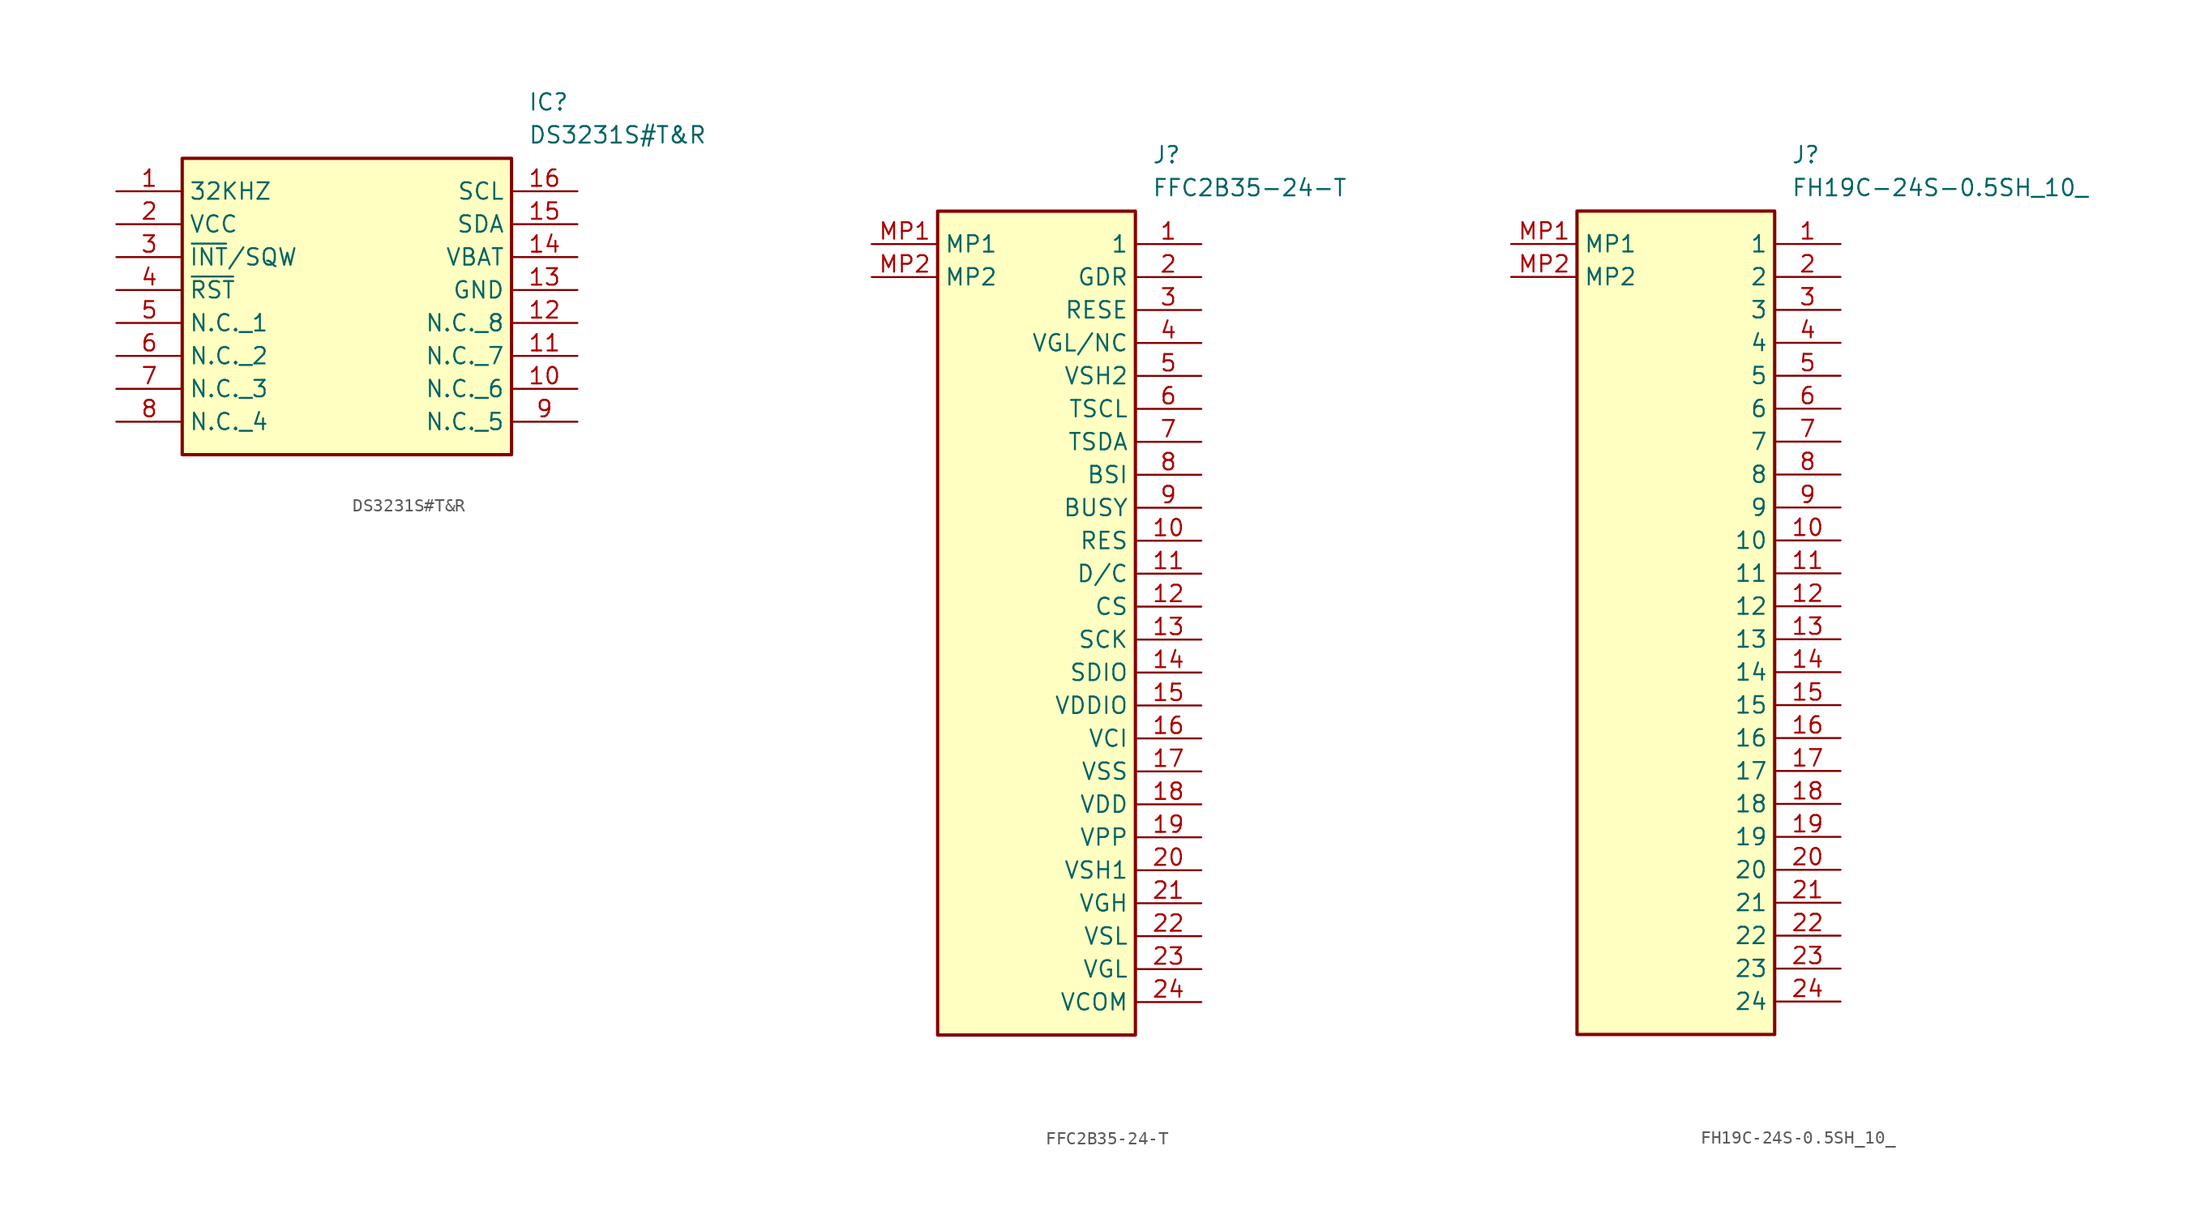
<source format=kicad_sym>
(kicad_symbol_lib
  (version 20231120)
  (generator "kicad_symbol_editor")
  (generator_version "8.0")
  (symbol "DS3231S#T&R"
    (property "Reference" "IC"
      (at 31.75 7.62 0)
      (effects (font (size 1.27 1.27)) (justify left top)))
    (property "Value" "DS3231S#T&R"
      (at 31.75 5.08 0)
      (effects (font (size 1.27 1.27)) (justify left top)))
    (symbol "DS3231S#T&R_1_1"
      (rectangle (start 5.08 2.54) (end 30.48 -20.32) (stroke (width 0.254) (type default)) (fill (type background)))
      (pin output line (at 0 0 0) (length 5.08) (name "32KHZ" (effects (font (size 1.27 1.27)))) (number "1" (effects (font (size 1.27 1.27)))))
      (pin passive line (at 35.56 -15.24 180) (length 5.08) (name "N.C._6" (effects (font (size 1.27 1.27)))) (number "10" (effects (font (size 1.27 1.27)))))
      (pin passive line (at 35.56 -12.7 180) (length 5.08) (name "N.C._7" (effects (font (size 1.27 1.27)))) (number "11" (effects (font (size 1.27 1.27)))))
      (pin passive line (at 35.56 -10.16 180) (length 5.08) (name "N.C._8" (effects (font (size 1.27 1.27)))) (number "12" (effects (font (size 1.27 1.27)))))
      (pin power_in line (at 35.56 -7.62 180) (length 5.08) (name "GND" (effects (font (size 1.27 1.27)))) (number "13" (effects (font (size 1.27 1.27)))))
      (pin power_in line (at 35.56 -5.08 180) (length 5.08) (name "VBAT" (effects (font (size 1.27 1.27)))) (number "14" (effects (font (size 1.27 1.27)))))
      (pin bidirectional line (at 35.56 -2.54 180) (length 5.08) (name "SDA" (effects (font (size 1.27 1.27)))) (number "15" (effects (font (size 1.27 1.27)))))
      (pin bidirectional line (at 35.56 0 180) (length 5.08) (name "SCL" (effects (font (size 1.27 1.27)))) (number "16" (effects (font (size 1.27 1.27)))))
      (pin power_in line (at 0 -2.54 0) (length 5.08) (name "VCC" (effects (font (size 1.27 1.27)))) (number "2" (effects (font (size 1.27 1.27)))))
      (pin output line (at 0 -5.08 0) (length 5.08) (name "~{INT}/SQW" (effects (font (size 1.27 1.27)))) (number "3" (effects (font (size 1.27 1.27)))))
      (pin bidirectional line (at 0 -7.62 0) (length 5.08) (name "~{RST}" (effects (font (size 1.27 1.27)))) (number "4" (effects (font (size 1.27 1.27)))))
      (pin passive line (at 0 -10.16 0) (length 5.08) (name "N.C._1" (effects (font (size 1.27 1.27)))) (number "5" (effects (font (size 1.27 1.27)))))
      (pin passive line (at 0 -12.7 0) (length 5.08) (name "N.C._2" (effects (font (size 1.27 1.27)))) (number "6" (effects (font (size 1.27 1.27)))))
      (pin passive line (at 0 -15.24 0) (length 5.08) (name "N.C._3" (effects (font (size 1.27 1.27)))) (number "7" (effects (font (size 1.27 1.27)))))
      (pin passive line (at 0 -17.78 0) (length 5.08) (name "N.C._4" (effects (font (size 1.27 1.27)))) (number "8" (effects (font (size 1.27 1.27)))))
      (pin passive line (at 35.56 -17.78 180) (length 5.08) (name "N.C._5" (effects (font (size 1.27 1.27)))) (number "9" (effects (font (size 1.27 1.27)))))))
  (symbol "FFC2B35-24-T"
    (property "Reference" "J"
      (at 21.59 7.62 0)
      (effects (font (size 1.27 1.27)) (justify left top)))
    (property "Value" "FFC2B35-24-T"
      (at 21.59 5.08 0)
      (effects (font (size 1.27 1.27)) (justify left top)))
    (symbol "FFC2B35-24-T_1_1"
      (rectangle (start 5.08 2.54) (end 20.32 -60.96) (stroke (width 0.254) (type default)) (fill (type background)))
      (pin passive line (at 25.4 0 180) (length 5.08) (name "1" (effects (font (size 1.27 1.27)))) (number "1" (effects (font (size 1.27 1.27)))))
      (pin passive line (at 25.4 -22.86 180) (length 5.08) (name "RES" (effects (font (size 1.27 1.27)))) (number "10" (effects (font (size 1.27 1.27)))))
      (pin passive line (at 25.4 -25.4 180) (length 5.08) (name "D/C" (effects (font (size 1.27 1.27)))) (number "11" (effects (font (size 1.27 1.27)))))
      (pin passive line (at 25.4 -27.94 180) (length 5.08) (name "CS" (effects (font (size 1.27 1.27)))) (number "12" (effects (font (size 1.27 1.27)))))
      (pin passive line (at 25.4 -30.48 180) (length 5.08) (name "SCK" (effects (font (size 1.27 1.27)))) (number "13" (effects (font (size 1.27 1.27)))))
      (pin passive line (at 25.4 -33.02 180) (length 5.08) (name "SDIO" (effects (font (size 1.27 1.27)))) (number "14" (effects (font (size 1.27 1.27)))))
      (pin passive line (at 25.4 -35.56 180) (length 5.08) (name "VDDIO" (effects (font (size 1.27 1.27)))) (number "15" (effects (font (size 1.27 1.27)))))
      (pin passive line (at 25.4 -38.1 180) (length 5.08) (name "VCI" (effects (font (size 1.27 1.27)))) (number "16" (effects (font (size 1.27 1.27)))))
      (pin passive line (at 25.4 -40.64 180) (length 5.08) (name "VSS" (effects (font (size 1.27 1.27)))) (number "17" (effects (font (size 1.27 1.27)))))
      (pin passive line (at 25.4 -43.18 180) (length 5.08) (name "VDD" (effects (font (size 1.27 1.27)))) (number "18" (effects (font (size 1.27 1.27)))))
      (pin passive line (at 25.4 -45.72 180) (length 5.08) (name "VPP" (effects (font (size 1.27 1.27)))) (number "19" (effects (font (size 1.27 1.27)))))
      (pin passive line (at 25.4 -2.54 180) (length 5.08) (name "GDR" (effects (font (size 1.27 1.27)))) (number "2" (effects (font (size 1.27 1.27)))))
      (pin passive line (at 25.4 -48.26 180) (length 5.08) (name "VSH1" (effects (font (size 1.27 1.27)))) (number "20" (effects (font (size 1.27 1.27)))))
      (pin passive line (at 25.4 -50.8 180) (length 5.08) (name "VGH" (effects (font (size 1.27 1.27)))) (number "21" (effects (font (size 1.27 1.27)))))
      (pin passive line (at 25.4 -53.34 180) (length 5.08) (name "VSL" (effects (font (size 1.27 1.27)))) (number "22" (effects (font (size 1.27 1.27)))))
      (pin passive line (at 25.4 -55.88 180) (length 5.08) (name "VGL" (effects (font (size 1.27 1.27)))) (number "23" (effects (font (size 1.27 1.27)))))
      (pin passive line (at 25.4 -58.42 180) (length 5.08) (name "VCOM" (effects (font (size 1.27 1.27)))) (number "24" (effects (font (size 1.27 1.27)))))
      (pin passive line (at 25.4 -5.08 180) (length 5.08) (name "RESE" (effects (font (size 1.27 1.27)))) (number "3" (effects (font (size 1.27 1.27)))))
      (pin passive line (at 25.4 -7.62 180) (length 5.08) (name "VGL/NC" (effects (font (size 1.27 1.27)))) (number "4" (effects (font (size 1.27 1.27)))))
      (pin passive line (at 25.4 -10.16 180) (length 5.08) (name "VSH2" (effects (font (size 1.27 1.27)))) (number "5" (effects (font (size 1.27 1.27)))))
      (pin passive line (at 25.4 -12.7 180) (length 5.08) (name "TSCL" (effects (font (size 1.27 1.27)))) (number "6" (effects (font (size 1.27 1.27)))))
      (pin passive line (at 25.4 -15.24 180) (length 5.08) (name "TSDA" (effects (font (size 1.27 1.27)))) (number "7" (effects (font (size 1.27 1.27)))))
      (pin passive line (at 25.4 -17.78 180) (length 5.08) (name "BSI" (effects (font (size 1.27 1.27)))) (number "8" (effects (font (size 1.27 1.27)))))
      (pin passive line (at 25.4 -20.32 180) (length 5.08) (name "BUSY" (effects (font (size 1.27 1.27)))) (number "9" (effects (font (size 1.27 1.27)))))
      (pin passive line (at 0 0 0) (length 5.08) (name "MP1" (effects (font (size 1.27 1.27)))) (number "MP1" (effects (font (size 1.27 1.27)))))
      (pin passive line (at 0 -2.54 0) (length 5.08) (name "MP2" (effects (font (size 1.27 1.27)))) (number "MP2" (effects (font (size 1.27 1.27)))))))
  (symbol "FH19C-24S-0.5SH_10_"
    (property "Reference" "J"
      (at 21.59 7.62 0)
      (effects (font (size 1.27 1.27)) (justify left top)))
    (property "Value" "FH19C-24S-0.5SH_10_"
      (at 21.59 5.08 0)
      (effects (font (size 1.27 1.27)) (justify left top)))
    (symbol "FH19C-24S-0.5SH_10__1_1"
      (rectangle (start 5.08 2.54) (end 20.32 -60.96) (stroke (width 0.254) (type default)) (fill (type background)))
      (pin passive line (at 25.4 0 180) (length 5.08) (name "1" (effects (font (size 1.27 1.27)))) (number "1" (effects (font (size 1.27 1.27)))))
      (pin passive line (at 25.4 -22.86 180) (length 5.08) (name "10" (effects (font (size 1.27 1.27)))) (number "10" (effects (font (size 1.27 1.27)))))
      (pin passive line (at 25.4 -25.4 180) (length 5.08) (name "11" (effects (font (size 1.27 1.27)))) (number "11" (effects (font (size 1.27 1.27)))))
      (pin passive line (at 25.4 -27.94 180) (length 5.08) (name "12" (effects (font (size 1.27 1.27)))) (number "12" (effects (font (size 1.27 1.27)))))
      (pin passive line (at 25.4 -30.48 180) (length 5.08) (name "13" (effects (font (size 1.27 1.27)))) (number "13" (effects (font (size 1.27 1.27)))))
      (pin passive line (at 25.4 -33.02 180) (length 5.08) (name "14" (effects (font (size 1.27 1.27)))) (number "14" (effects (font (size 1.27 1.27)))))
      (pin passive line (at 25.4 -35.56 180) (length 5.08) (name "15" (effects (font (size 1.27 1.27)))) (number "15" (effects (font (size 1.27 1.27)))))
      (pin passive line (at 25.4 -38.1 180) (length 5.08) (name "16" (effects (font (size 1.27 1.27)))) (number "16" (effects (font (size 1.27 1.27)))))
      (pin passive line (at 25.4 -40.64 180) (length 5.08) (name "17" (effects (font (size 1.27 1.27)))) (number "17" (effects (font (size 1.27 1.27)))))
      (pin passive line (at 25.4 -43.18 180) (length 5.08) (name "18" (effects (font (size 1.27 1.27)))) (number "18" (effects (font (size 1.27 1.27)))))
      (pin passive line (at 25.4 -45.72 180) (length 5.08) (name "19" (effects (font (size 1.27 1.27)))) (number "19" (effects (font (size 1.27 1.27)))))
      (pin passive line (at 25.4 -2.54 180) (length 5.08) (name "2" (effects (font (size 1.27 1.27)))) (number "2" (effects (font (size 1.27 1.27)))))
      (pin passive line (at 25.4 -48.26 180) (length 5.08) (name "20" (effects (font (size 1.27 1.27)))) (number "20" (effects (font (size 1.27 1.27)))))
      (pin passive line (at 25.4 -50.8 180) (length 5.08) (name "21" (effects (font (size 1.27 1.27)))) (number "21" (effects (font (size 1.27 1.27)))))
      (pin passive line (at 25.4 -53.34 180) (length 5.08) (name "22" (effects (font (size 1.27 1.27)))) (number "22" (effects (font (size 1.27 1.27)))))
      (pin passive line (at 25.4 -55.88 180) (length 5.08) (name "23" (effects (font (size 1.27 1.27)))) (number "23" (effects (font (size 1.27 1.27)))))
      (pin passive line (at 25.4 -58.42 180) (length 5.08) (name "24" (effects (font (size 1.27 1.27)))) (number "24" (effects (font (size 1.27 1.27)))))
      (pin passive line (at 25.4 -5.08 180) (length 5.08) (name "3" (effects (font (size 1.27 1.27)))) (number "3" (effects (font (size 1.27 1.27)))))
      (pin passive line (at 25.4 -7.62 180) (length 5.08) (name "4" (effects (font (size 1.27 1.27)))) (number "4" (effects (font (size 1.27 1.27)))))
      (pin passive line (at 25.4 -10.16 180) (length 5.08) (name "5" (effects (font (size 1.27 1.27)))) (number "5" (effects (font (size 1.27 1.27)))))
      (pin passive line (at 25.4 -12.7 180) (length 5.08) (name "6" (effects (font (size 1.27 1.27)))) (number "6" (effects (font (size 1.27 1.27)))))
      (pin passive line (at 25.4 -15.24 180) (length 5.08) (name "7" (effects (font (size 1.27 1.27)))) (number "7" (effects (font (size 1.27 1.27)))))
      (pin passive line (at 25.4 -17.78 180) (length 5.08) (name "8" (effects (font (size 1.27 1.27)))) (number "8" (effects (font (size 1.27 1.27)))))
      (pin passive line (at 25.4 -20.32 180) (length 5.08) (name "9" (effects (font (size 1.27 1.27)))) (number "9" (effects (font (size 1.27 1.27)))))
      (pin passive line (at 0 0 0) (length 5.08) (name "MP1" (effects (font (size 1.27 1.27)))) (number "MP1" (effects (font (size 1.27 1.27)))))
      (pin passive line (at 0 -2.54 0) (length 5.08) (name "MP2" (effects (font (size 1.27 1.27)))) (number "MP2" (effects (font (size 1.27 1.27))))))))
</source>
